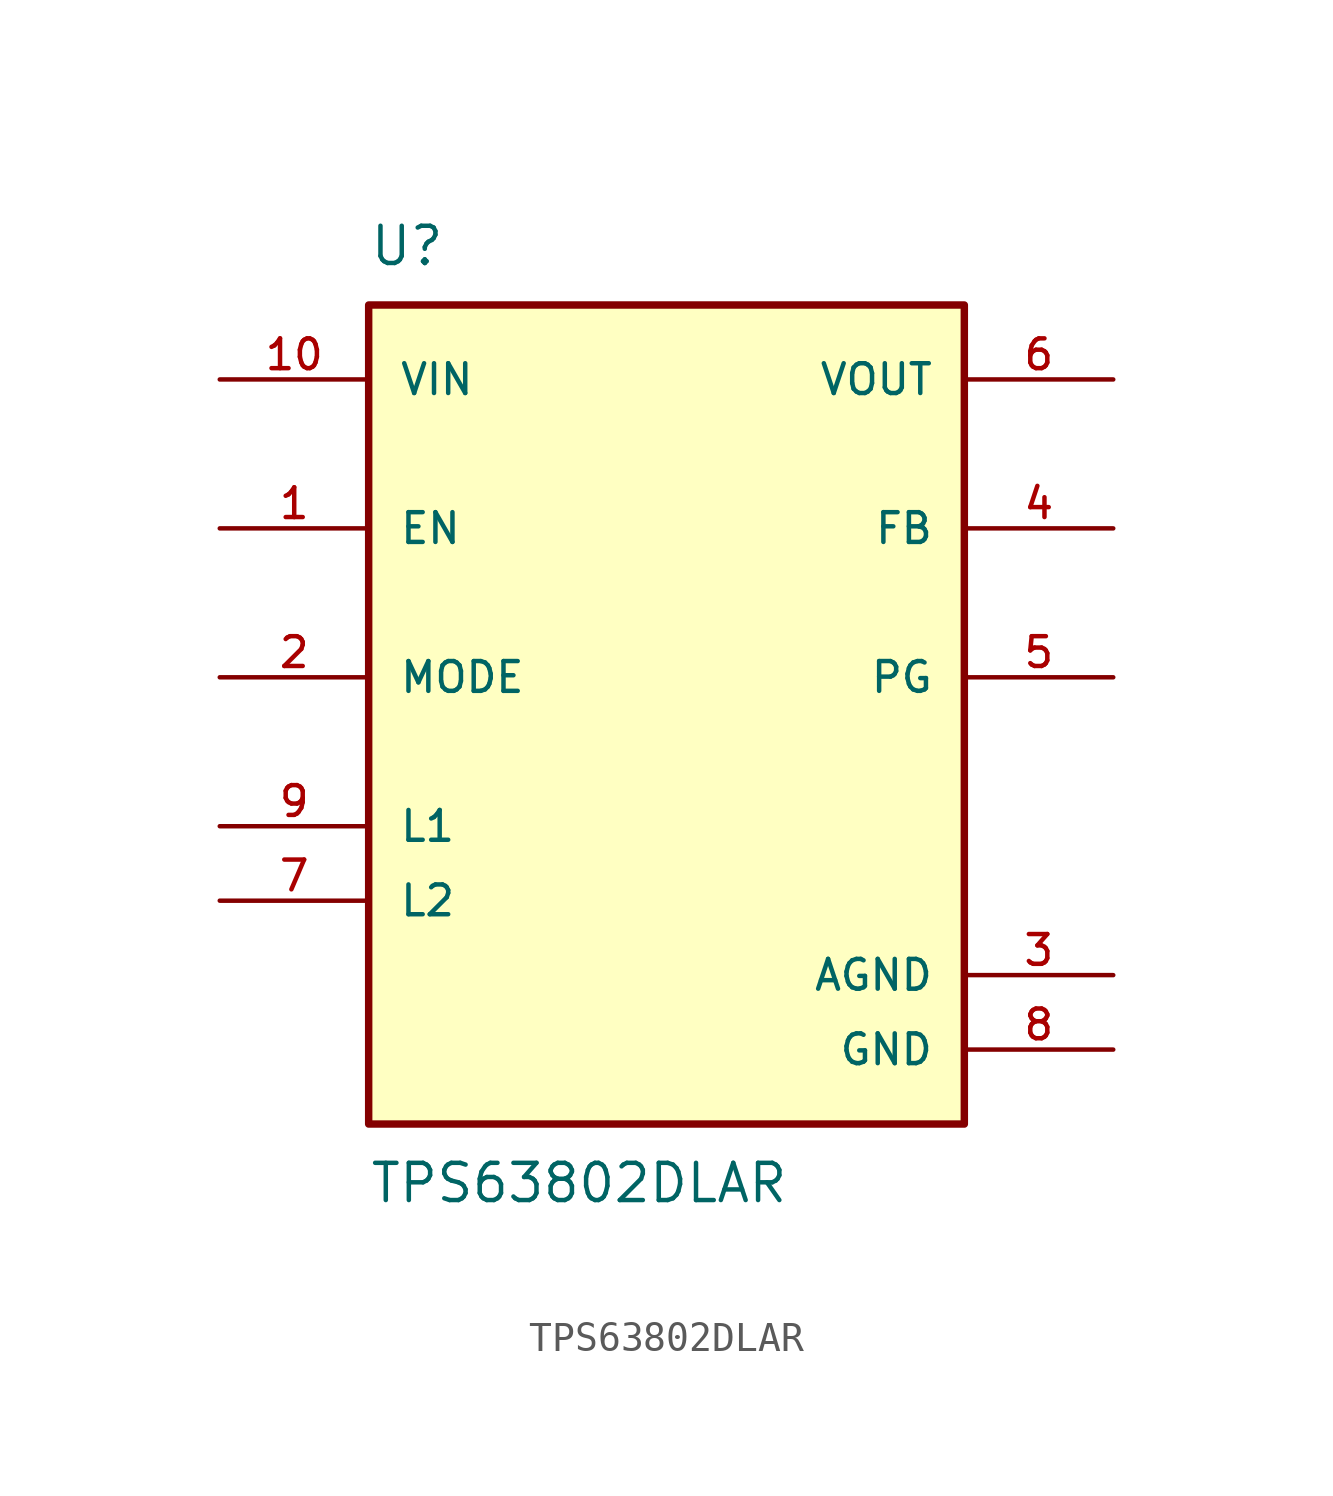
<source format=kicad_sym>
(kicad_symbol_lib
  (version 20231120)
  (generator "kicad_symbol_editor")
  (generator_version "8.0")
  (symbol "TPS63802DLAR"
    (pin_names
      (offset 1.016))
    (property "Reference" "U"
      (at -10.16 13.97 0)
      (effects (font (size 1.27 1.27)) (justify left bottom)))
    (property "Value" "TPS63802DLAR"
      (at -10.16 -16.51 0)
      (effects (font (size 1.27 1.27)) (justify left top)))
    (symbol "TPS63802DLAR_0_0"
      (rectangle (start -10.16 -15.24) (end 10.16 12.7) (stroke (width 0.254) (type default)) (fill (type background)))
      (pin input line (at -15.24 5.08 0) (length 5.08) (name "EN" (effects (font (size 1.016 1.016)))) (number "1" (effects (font (size 1.016 1.016)))))
      (pin input line (at -15.24 10.16 0) (length 5.08) (name "VIN" (effects (font (size 1.016 1.016)))) (number "10" (effects (font (size 1.016 1.016)))))
      (pin input line (at -15.24 0 0) (length 5.08) (name "MODE" (effects (font (size 1.016 1.016)))) (number "2" (effects (font (size 1.016 1.016)))))
      (pin power_in line (at 15.24 -10.16 180) (length 5.08) (name "AGND" (effects (font (size 1.016 1.016)))) (number "3" (effects (font (size 1.016 1.016)))))
      (pin input line (at 15.24 5.08 180) (length 5.08) (name "FB" (effects (font (size 1.016 1.016)))) (number "4" (effects (font (size 1.016 1.016)))))
      (pin output line (at 15.24 0 180) (length 5.08) (name "PG" (effects (font (size 1.016 1.016)))) (number "5" (effects (font (size 1.016 1.016)))))
      (pin output line (at 15.24 10.16 180) (length 5.08) (name "VOUT" (effects (font (size 1.016 1.016)))) (number "6" (effects (font (size 1.016 1.016)))))
      (pin passive line (at -15.24 -7.62 0) (length 5.08) (name "L2" (effects (font (size 1.016 1.016)))) (number "7" (effects (font (size 1.016 1.016)))))
      (pin power_in line (at 15.24 -12.7 180) (length 5.08) (name "GND" (effects (font (size 1.016 1.016)))) (number "8" (effects (font (size 1.016 1.016)))))
      (pin passive line (at -15.24 -5.08 0) (length 5.08) (name "L1" (effects (font (size 1.016 1.016)))) (number "9" (effects (font (size 1.016 1.016))))))))
</source>
